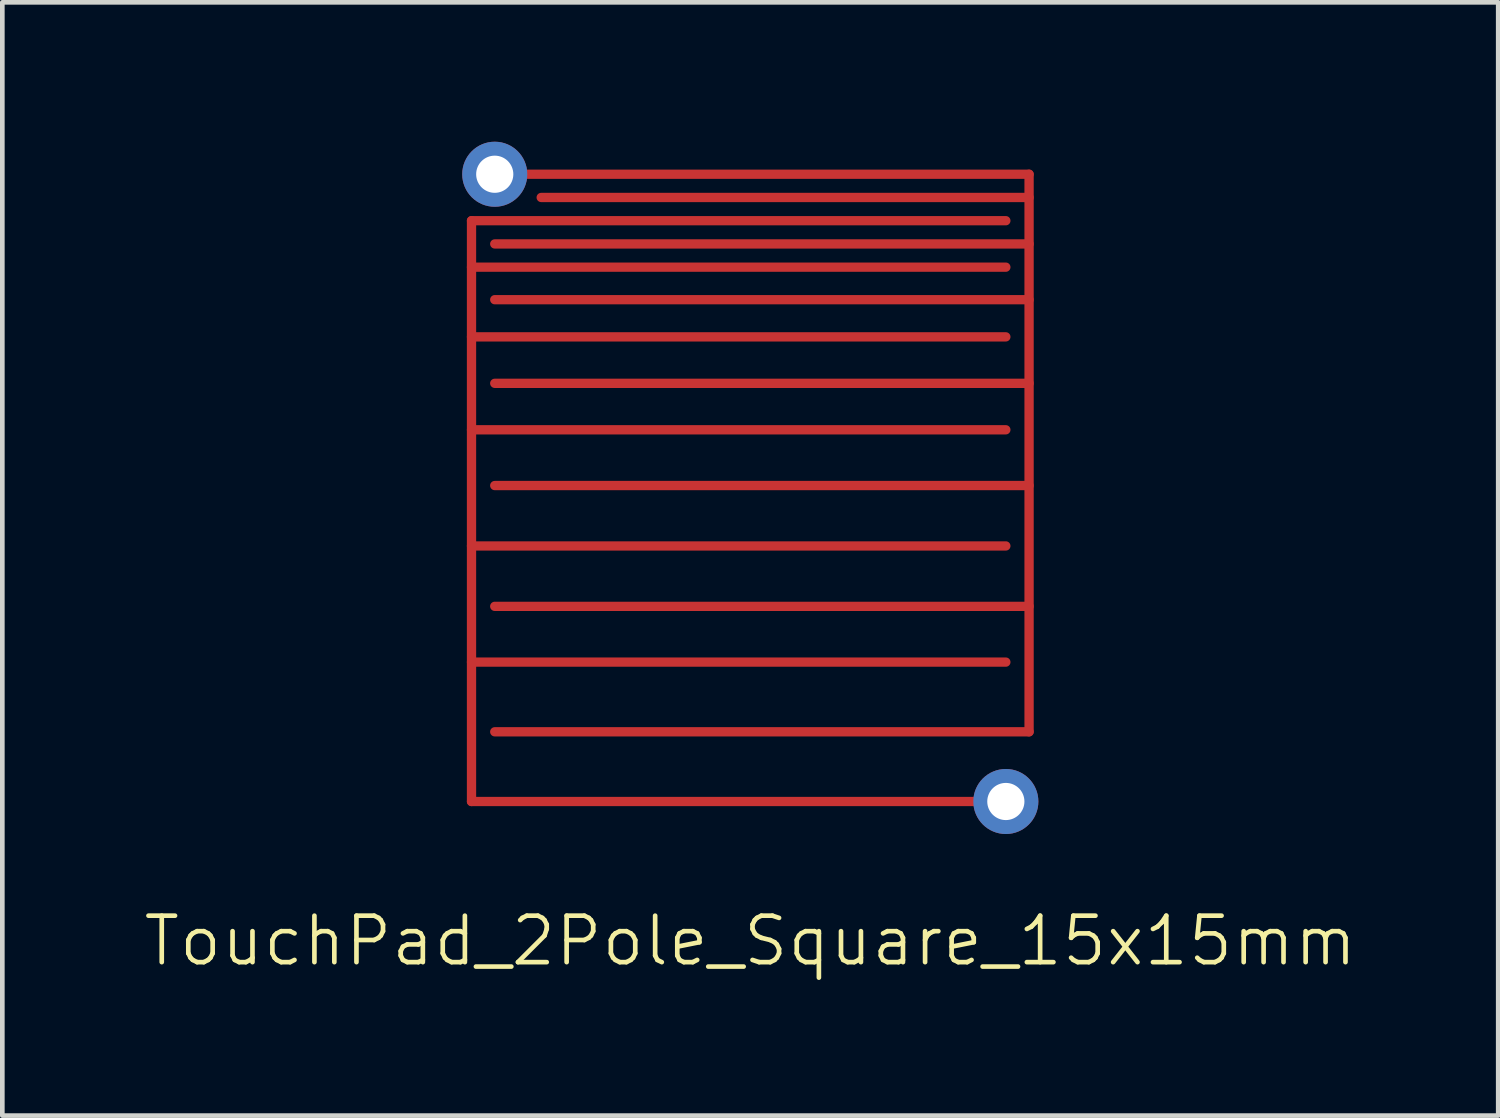
<source format=kicad_pcb>
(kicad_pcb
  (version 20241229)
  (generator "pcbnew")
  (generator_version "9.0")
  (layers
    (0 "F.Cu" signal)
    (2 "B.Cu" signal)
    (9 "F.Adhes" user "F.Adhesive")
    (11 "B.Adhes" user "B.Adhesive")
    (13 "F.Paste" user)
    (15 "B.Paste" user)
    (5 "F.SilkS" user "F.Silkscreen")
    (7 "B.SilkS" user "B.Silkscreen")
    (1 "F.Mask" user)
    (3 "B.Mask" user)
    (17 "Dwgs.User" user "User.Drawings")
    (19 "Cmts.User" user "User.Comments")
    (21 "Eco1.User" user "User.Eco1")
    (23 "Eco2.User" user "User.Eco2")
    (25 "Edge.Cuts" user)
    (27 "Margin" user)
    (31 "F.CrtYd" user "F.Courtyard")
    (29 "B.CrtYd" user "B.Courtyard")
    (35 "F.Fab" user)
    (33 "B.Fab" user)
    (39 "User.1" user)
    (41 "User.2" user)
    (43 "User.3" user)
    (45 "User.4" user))
  (footprint "TouchPad_2Pole_Square_15x15mm"
    (layer "F.Cu")
    (at 13.098 7.7)
    (property "Reference" "TouchPad_2Pole_Square_15x15mm" (at 0 9.5 0) (unlocked yes) (layer "F.SilkS") (effects (font (size 1 1) (thickness 0.1))))
    (attr smd)
    (fp_line (start -6 -6) (end -6 6.5) (stroke (width 0.2) (type default)) (layer "F.Cu"))
    (fp_line (start -6 -6) (end 5.5 -6) (stroke (width 0.2) (type default)) (layer "F.Cu"))
    (fp_line (start -6 -5) (end 5.5 -5) (stroke (width 0.2) (type default)) (layer "F.Cu"))
    (fp_line (start -6 -3.5) (end 5.5 -3.5) (stroke (width 0.2) (type default)) (layer "F.Cu"))
    (fp_line (start -6 -1.5) (end 5.5 -1.5) (stroke (width 0.2) (type default)) (layer "F.Cu"))
    (fp_line (start -6 1) (end 5.5 1) (stroke (width 0.2) (type default)) (layer "F.Cu"))
    (fp_line (start -6 3.5) (end 5.5 3.5) (stroke (width 0.2) (type default)) (layer "F.Cu"))
    (fp_line (start -6 6.5) (end 6 6.5) (stroke (width 0.2) (type default)) (layer "F.Cu"))
    (fp_line (start -5.5 -7) (end 6 -7) (stroke (width 0.2) (type default)) (layer "F.Cu"))
    (fp_line (start -5.5 -5.5) (end 6 -5.5) (stroke (width 0.2) (type default)) (layer "F.Cu"))
    (fp_line (start -5.5 -4.3) (end 6 -4.3) (stroke (width 0.2) (type default)) (layer "F.Cu"))
    (fp_line (start -5.5 -2.5) (end 6 -2.5) (stroke (width 0.2) (type default)) (layer "F.Cu"))
    (fp_line (start -5.5 -0.3) (end 6 -0.3) (stroke (width 0.2) (type default)) (layer "F.Cu"))
    (fp_line (start -5.5 2.3) (end 6 2.3) (stroke (width 0.2) (type default)) (layer "F.Cu"))
    (fp_line (start -5.5 5) (end 6 5) (stroke (width 0.2) (type default)) (layer "F.Cu"))
    (fp_line (start -4.5 -6.5) (end 6 -6.5) (stroke (width 0.2) (type default)) (layer "F.Cu"))
    (fp_line (start 6 -7) (end 6 5) (stroke (width 0.2) (type default)) (layer "F.Cu"))
    (pad "1" smd circle (at -5.5 -7) (size 1 1) (layers "F.Cu"))
    (pad "1" thru_hole circle (at -5.5 -7) (size 1.4 1.4) (drill 0.8) (layers "*.Cu" "*.Mask"))
    (pad "2" thru_hole circle (at 5.5 6.5) (size 1.4 1.4) (drill 0.8) (layers "*.Cu" "*.Mask")))
  (gr_rect
    (start -3 -3)
    (end 29.195 20.96)
    (stroke (width 0.1) (type default))
    (fill no)
    (layer "Edge.Cuts")))
</source>
